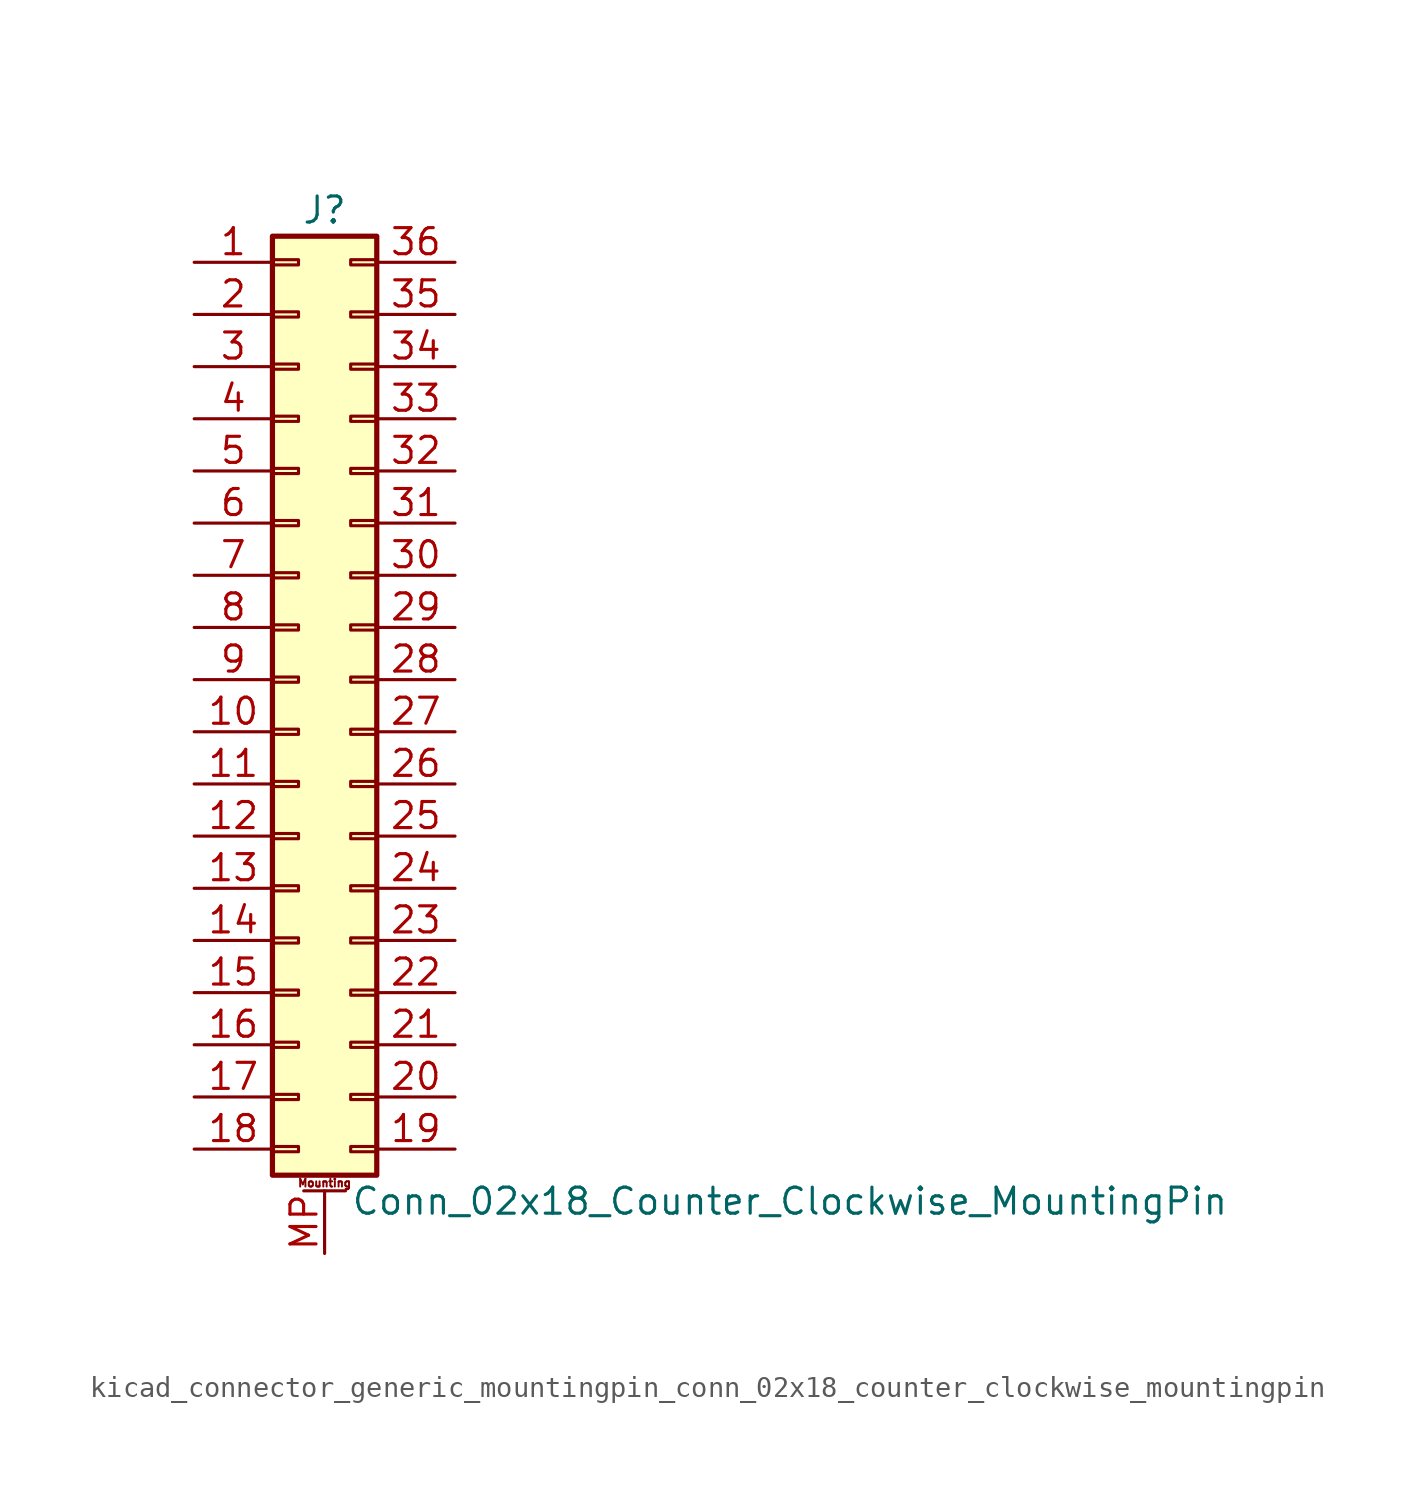
<source format=kicad_sym>
(kicad_symbol_lib
  (version 20220914)
  (generator kicad_symbol_editor)
  (symbol "kicad_connector_generic_mountingpin_conn_02x18_counter_clockwise_mountingpin"
    (pin_names
      (offset 1.016) hide)
    (property "Reference" "J"
      (at 1.27 22.86 0)
      (effects (font (size 1.27 1.27))))
    (property "Value" "Conn_02x18_Counter_Clockwise_MountingPin"
      (at 2.54 -25.4 0)
      (effects (font (size 1.27 1.27)) (justify left)))
    (symbol "kicad_connector_generic_mountingpin_conn_02x18_counter_clockwise_mountingpin_1_1"
      (rectangle (start -1.27 -22.733) (end 0 -22.987) (stroke (width 0.152) (type default)) (fill (type none)))
      (rectangle (start -1.27 -20.193) (end 0 -20.447) (stroke (width 0.152) (type default)) (fill (type none)))
      (rectangle (start -1.27 -17.653) (end 0 -17.907) (stroke (width 0.152) (type default)) (fill (type none)))
      (rectangle (start -1.27 -15.113) (end 0 -15.367) (stroke (width 0.152) (type default)) (fill (type none)))
      (rectangle (start -1.27 -12.573) (end 0 -12.827) (stroke (width 0.152) (type default)) (fill (type none)))
      (rectangle (start -1.27 -10.033) (end 0 -10.287) (stroke (width 0.152) (type default)) (fill (type none)))
      (rectangle (start -1.27 -7.493) (end 0 -7.747) (stroke (width 0.152) (type default)) (fill (type none)))
      (rectangle (start -1.27 -4.953) (end 0 -5.207) (stroke (width 0.152) (type default)) (fill (type none)))
      (rectangle (start -1.27 -2.413) (end 0 -2.667) (stroke (width 0.152) (type default)) (fill (type none)))
      (rectangle (start -1.27 0.127) (end 0 -0.127) (stroke (width 0.152) (type default)) (fill (type none)))
      (rectangle (start -1.27 2.667) (end 0 2.413) (stroke (width 0.152) (type default)) (fill (type none)))
      (rectangle (start -1.27 5.207) (end 0 4.953) (stroke (width 0.152) (type default)) (fill (type none)))
      (rectangle (start -1.27 7.747) (end 0 7.493) (stroke (width 0.152) (type default)) (fill (type none)))
      (rectangle (start -1.27 10.287) (end 0 10.033) (stroke (width 0.152) (type default)) (fill (type none)))
      (rectangle (start -1.27 12.827) (end 0 12.573) (stroke (width 0.152) (type default)) (fill (type none)))
      (rectangle (start -1.27 15.367) (end 0 15.113) (stroke (width 0.152) (type default)) (fill (type none)))
      (rectangle (start -1.27 17.907) (end 0 17.653) (stroke (width 0.152) (type default)) (fill (type none)))
      (rectangle (start -1.27 20.447) (end 0 20.193) (stroke (width 0.152) (type default)) (fill (type none)))
      (rectangle (start -1.27 21.59) (end 3.81 -24.13) (stroke (width 0.254) (type default)) (fill (type background)))
      (polyline (pts (xy 0.254 -24.892) (xy 2.286 -24.892)) (stroke (width 0.152) (type default)) (fill (type none)))
      (rectangle (start 3.81 -22.733) (end 2.54 -22.987) (stroke (width 0.152) (type default)) (fill (type none)))
      (rectangle (start 3.81 -20.193) (end 2.54 -20.447) (stroke (width 0.152) (type default)) (fill (type none)))
      (rectangle (start 3.81 -17.653) (end 2.54 -17.907) (stroke (width 0.152) (type default)) (fill (type none)))
      (rectangle (start 3.81 -15.113) (end 2.54 -15.367) (stroke (width 0.152) (type default)) (fill (type none)))
      (rectangle (start 3.81 -12.573) (end 2.54 -12.827) (stroke (width 0.152) (type default)) (fill (type none)))
      (rectangle (start 3.81 -10.033) (end 2.54 -10.287) (stroke (width 0.152) (type default)) (fill (type none)))
      (rectangle (start 3.81 -7.493) (end 2.54 -7.747) (stroke (width 0.152) (type default)) (fill (type none)))
      (rectangle (start 3.81 -4.953) (end 2.54 -5.207) (stroke (width 0.152) (type default)) (fill (type none)))
      (rectangle (start 3.81 -2.413) (end 2.54 -2.667) (stroke (width 0.152) (type default)) (fill (type none)))
      (rectangle (start 3.81 0.127) (end 2.54 -0.127) (stroke (width 0.152) (type default)) (fill (type none)))
      (rectangle (start 3.81 2.667) (end 2.54 2.413) (stroke (width 0.152) (type default)) (fill (type none)))
      (rectangle (start 3.81 5.207) (end 2.54 4.953) (stroke (width 0.152) (type default)) (fill (type none)))
      (rectangle (start 3.81 7.747) (end 2.54 7.493) (stroke (width 0.152) (type default)) (fill (type none)))
      (rectangle (start 3.81 10.287) (end 2.54 10.033) (stroke (width 0.152) (type default)) (fill (type none)))
      (rectangle (start 3.81 12.827) (end 2.54 12.573) (stroke (width 0.152) (type default)) (fill (type none)))
      (rectangle (start 3.81 15.367) (end 2.54 15.113) (stroke (width 0.152) (type default)) (fill (type none)))
      (rectangle (start 3.81 17.907) (end 2.54 17.653) (stroke (width 0.152) (type default)) (fill (type none)))
      (rectangle (start 3.81 20.447) (end 2.54 20.193) (stroke (width 0.152) (type default)) (fill (type none)))
      (text "Mounting" (at 1.27 -24.511 0) (effects (font (size 0.381 0.381))))
      (pin passive line (at -5.08 20.32 0) (length 3.81) (name "Pin_1" (effects (font (size 1.27 1.27)))) (number "1" (effects (font (size 1.27 1.27)))))
      (pin passive line (at -5.08 -2.54 0) (length 3.81) (name "Pin_10" (effects (font (size 1.27 1.27)))) (number "10" (effects (font (size 1.27 1.27)))))
      (pin passive line (at -5.08 -5.08 0) (length 3.81) (name "Pin_11" (effects (font (size 1.27 1.27)))) (number "11" (effects (font (size 1.27 1.27)))))
      (pin passive line (at -5.08 -7.62 0) (length 3.81) (name "Pin_12" (effects (font (size 1.27 1.27)))) (number "12" (effects (font (size 1.27 1.27)))))
      (pin passive line (at -5.08 -10.16 0) (length 3.81) (name "Pin_13" (effects (font (size 1.27 1.27)))) (number "13" (effects (font (size 1.27 1.27)))))
      (pin passive line (at -5.08 -12.7 0) (length 3.81) (name "Pin_14" (effects (font (size 1.27 1.27)))) (number "14" (effects (font (size 1.27 1.27)))))
      (pin passive line (at -5.08 -15.24 0) (length 3.81) (name "Pin_15" (effects (font (size 1.27 1.27)))) (number "15" (effects (font (size 1.27 1.27)))))
      (pin passive line (at -5.08 -17.78 0) (length 3.81) (name "Pin_16" (effects (font (size 1.27 1.27)))) (number "16" (effects (font (size 1.27 1.27)))))
      (pin passive line (at -5.08 -20.32 0) (length 3.81) (name "Pin_17" (effects (font (size 1.27 1.27)))) (number "17" (effects (font (size 1.27 1.27)))))
      (pin passive line (at -5.08 -22.86 0) (length 3.81) (name "Pin_18" (effects (font (size 1.27 1.27)))) (number "18" (effects (font (size 1.27 1.27)))))
      (pin passive line (at 7.62 -22.86 180) (length 3.81) (name "Pin_19" (effects (font (size 1.27 1.27)))) (number "19" (effects (font (size 1.27 1.27)))))
      (pin passive line (at -5.08 17.78 0) (length 3.81) (name "Pin_2" (effects (font (size 1.27 1.27)))) (number "2" (effects (font (size 1.27 1.27)))))
      (pin passive line (at 7.62 -20.32 180) (length 3.81) (name "Pin_20" (effects (font (size 1.27 1.27)))) (number "20" (effects (font (size 1.27 1.27)))))
      (pin passive line (at 7.62 -17.78 180) (length 3.81) (name "Pin_21" (effects (font (size 1.27 1.27)))) (number "21" (effects (font (size 1.27 1.27)))))
      (pin passive line (at 7.62 -15.24 180) (length 3.81) (name "Pin_22" (effects (font (size 1.27 1.27)))) (number "22" (effects (font (size 1.27 1.27)))))
      (pin passive line (at 7.62 -12.7 180) (length 3.81) (name "Pin_23" (effects (font (size 1.27 1.27)))) (number "23" (effects (font (size 1.27 1.27)))))
      (pin passive line (at 7.62 -10.16 180) (length 3.81) (name "Pin_24" (effects (font (size 1.27 1.27)))) (number "24" (effects (font (size 1.27 1.27)))))
      (pin passive line (at 7.62 -7.62 180) (length 3.81) (name "Pin_25" (effects (font (size 1.27 1.27)))) (number "25" (effects (font (size 1.27 1.27)))))
      (pin passive line (at 7.62 -5.08 180) (length 3.81) (name "Pin_26" (effects (font (size 1.27 1.27)))) (number "26" (effects (font (size 1.27 1.27)))))
      (pin passive line (at 7.62 -2.54 180) (length 3.81) (name "Pin_27" (effects (font (size 1.27 1.27)))) (number "27" (effects (font (size 1.27 1.27)))))
      (pin passive line (at 7.62 0 180) (length 3.81) (name "Pin_28" (effects (font (size 1.27 1.27)))) (number "28" (effects (font (size 1.27 1.27)))))
      (pin passive line (at 7.62 2.54 180) (length 3.81) (name "Pin_29" (effects (font (size 1.27 1.27)))) (number "29" (effects (font (size 1.27 1.27)))))
      (pin passive line (at -5.08 15.24 0) (length 3.81) (name "Pin_3" (effects (font (size 1.27 1.27)))) (number "3" (effects (font (size 1.27 1.27)))))
      (pin passive line (at 7.62 5.08 180) (length 3.81) (name "Pin_30" (effects (font (size 1.27 1.27)))) (number "30" (effects (font (size 1.27 1.27)))))
      (pin passive line (at 7.62 7.62 180) (length 3.81) (name "Pin_31" (effects (font (size 1.27 1.27)))) (number "31" (effects (font (size 1.27 1.27)))))
      (pin passive line (at 7.62 10.16 180) (length 3.81) (name "Pin_32" (effects (font (size 1.27 1.27)))) (number "32" (effects (font (size 1.27 1.27)))))
      (pin passive line (at 7.62 12.7 180) (length 3.81) (name "Pin_33" (effects (font (size 1.27 1.27)))) (number "33" (effects (font (size 1.27 1.27)))))
      (pin passive line (at 7.62 15.24 180) (length 3.81) (name "Pin_34" (effects (font (size 1.27 1.27)))) (number "34" (effects (font (size 1.27 1.27)))))
      (pin passive line (at 7.62 17.78 180) (length 3.81) (name "Pin_35" (effects (font (size 1.27 1.27)))) (number "35" (effects (font (size 1.27 1.27)))))
      (pin passive line (at 7.62 20.32 180) (length 3.81) (name "Pin_36" (effects (font (size 1.27 1.27)))) (number "36" (effects (font (size 1.27 1.27)))))
      (pin passive line (at -5.08 12.7 0) (length 3.81) (name "Pin_4" (effects (font (size 1.27 1.27)))) (number "4" (effects (font (size 1.27 1.27)))))
      (pin passive line (at -5.08 10.16 0) (length 3.81) (name "Pin_5" (effects (font (size 1.27 1.27)))) (number "5" (effects (font (size 1.27 1.27)))))
      (pin passive line (at -5.08 7.62 0) (length 3.81) (name "Pin_6" (effects (font (size 1.27 1.27)))) (number "6" (effects (font (size 1.27 1.27)))))
      (pin passive line (at -5.08 5.08 0) (length 3.81) (name "Pin_7" (effects (font (size 1.27 1.27)))) (number "7" (effects (font (size 1.27 1.27)))))
      (pin passive line (at -5.08 2.54 0) (length 3.81) (name "Pin_8" (effects (font (size 1.27 1.27)))) (number "8" (effects (font (size 1.27 1.27)))))
      (pin passive line (at -5.08 0 0) (length 3.81) (name "Pin_9" (effects (font (size 1.27 1.27)))) (number "9" (effects (font (size 1.27 1.27)))))
      (pin passive line (at 1.27 -27.94 90) (length 3.048) (name "MountPin" (effects (font (size 1.27 1.27)))) (number "MP" (effects (font (size 1.27 1.27))))))))
</source>
